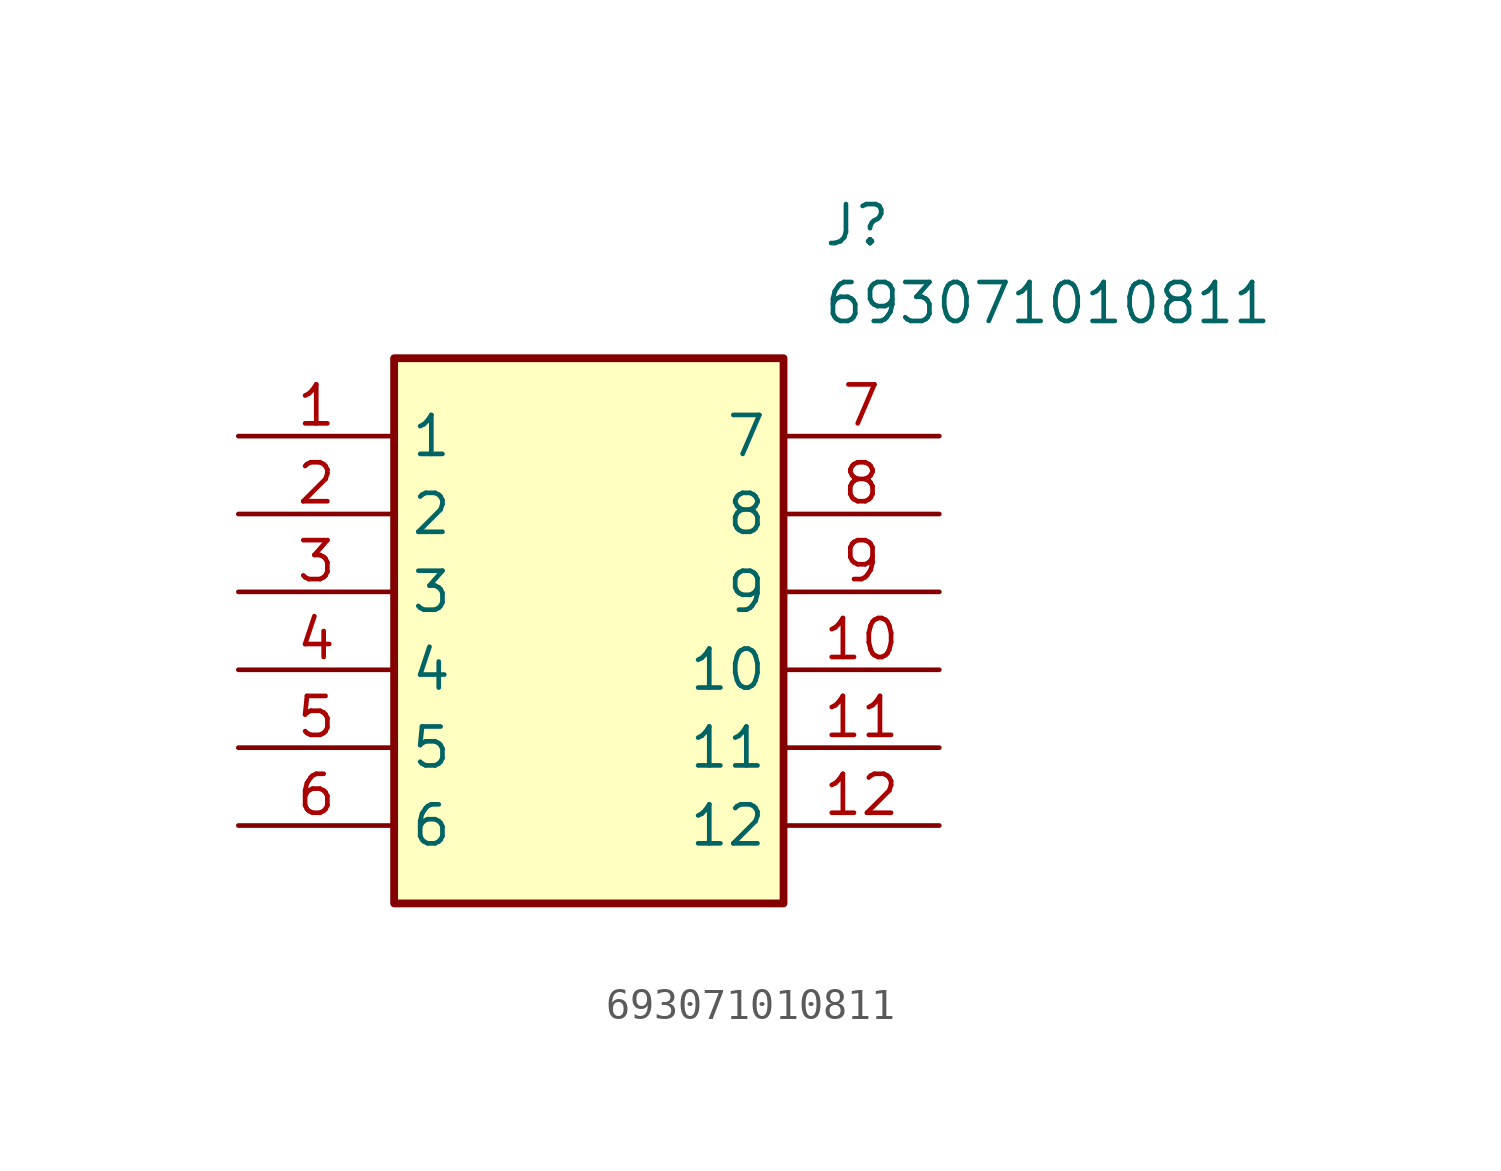
<source format=kicad_sym>
(kicad_symbol_lib
  (version 20211014)
  (generator SamacSys_ECAD_Model)
  (symbol "693071010811"
    (property "Reference" "J"
      (at 19.05 7.62 0)
      (effects (font (size 1.27 1.27)) (justify left top)))
    (property "Value" "693071010811"
      (at 19.05 5.08 0)
      (effects (font (size 1.27 1.27)) (justify left top)))
    (rectangle
      (start 5.08 2.54)
      (end 17.78 -15.24)
      (stroke (width 0.254) (type default))
      (fill (type background)))
    (pin passive line
      (at 0 0 0)
      (length 5.08)
      (name "1" (effects (font (size 1.27 1.27))))
      (number "1" (effects (font (size 1.27 1.27)))))
    (pin passive line
      (at 0 -2.54 0)
      (length 5.08)
      (name "2" (effects (font (size 1.27 1.27))))
      (number "2" (effects (font (size 1.27 1.27)))))
    (pin passive line
      (at 0 -5.08 0)
      (length 5.08)
      (name "3" (effects (font (size 1.27 1.27))))
      (number "3" (effects (font (size 1.27 1.27)))))
    (pin passive line
      (at 0 -7.62 0)
      (length 5.08)
      (name "4" (effects (font (size 1.27 1.27))))
      (number "4" (effects (font (size 1.27 1.27)))))
    (pin passive line
      (at 0 -10.16 0)
      (length 5.08)
      (name "5" (effects (font (size 1.27 1.27))))
      (number "5" (effects (font (size 1.27 1.27)))))
    (pin passive line
      (at 0 -12.7 0)
      (length 5.08)
      (name "6" (effects (font (size 1.27 1.27))))
      (number "6" (effects (font (size 1.27 1.27)))))
    (pin passive line
      (at 22.86 0 180)
      (length 5.08)
      (name "7" (effects (font (size 1.27 1.27))))
      (number "7" (effects (font (size 1.27 1.27)))))
    (pin passive line
      (at 22.86 -2.54 180)
      (length 5.08)
      (name "8" (effects (font (size 1.27 1.27))))
      (number "8" (effects (font (size 1.27 1.27)))))
    (pin passive line
      (at 22.86 -5.08 180)
      (length 5.08)
      (name "9" (effects (font (size 1.27 1.27))))
      (number "9" (effects (font (size 1.27 1.27)))))
    (pin passive line
      (at 22.86 -7.62 180)
      (length 5.08)
      (name "10" (effects (font (size 1.27 1.27))))
      (number "10" (effects (font (size 1.27 1.27)))))
    (pin passive line
      (at 22.86 -10.16 180)
      (length 5.08)
      (name "11" (effects (font (size 1.27 1.27))))
      (number "11" (effects (font (size 1.27 1.27)))))
    (pin passive line
      (at 22.86 -12.7 180)
      (length 5.08)
      (name "12" (effects (font (size 1.27 1.27))))
      (number "12" (effects (font (size 1.27 1.27)))))))
</source>
